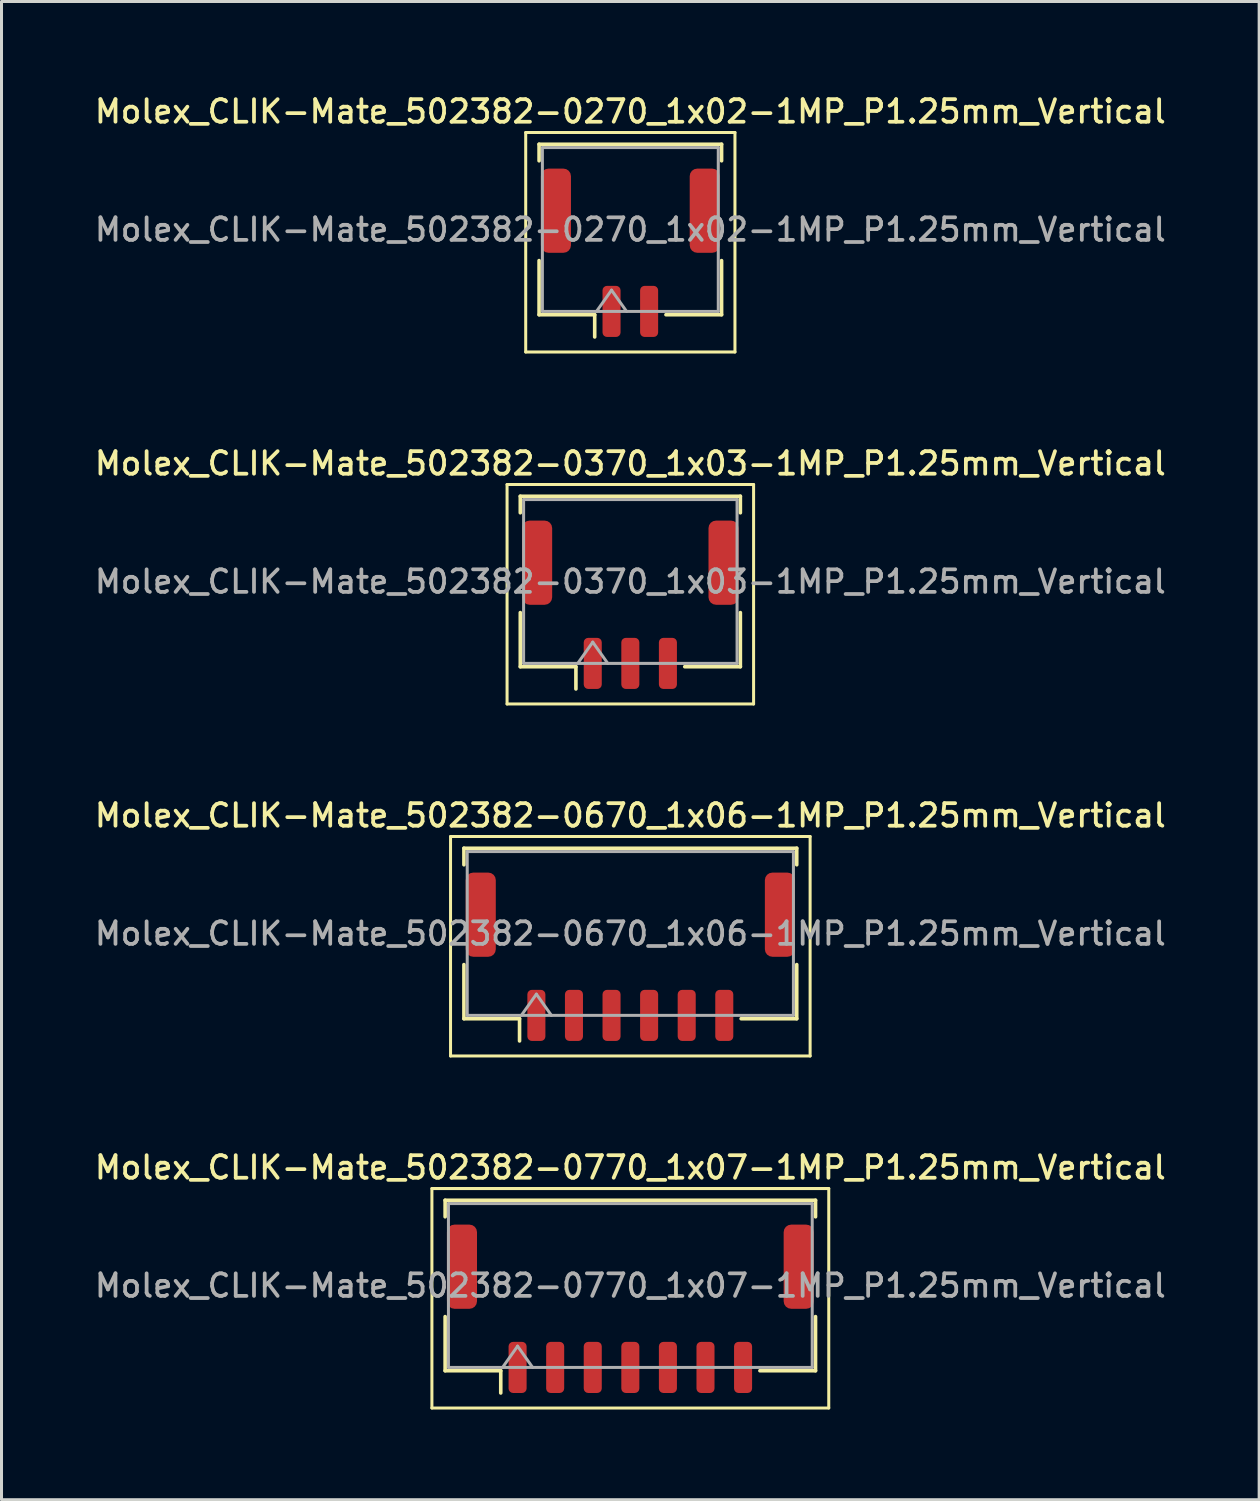
<source format=kicad_pcb>
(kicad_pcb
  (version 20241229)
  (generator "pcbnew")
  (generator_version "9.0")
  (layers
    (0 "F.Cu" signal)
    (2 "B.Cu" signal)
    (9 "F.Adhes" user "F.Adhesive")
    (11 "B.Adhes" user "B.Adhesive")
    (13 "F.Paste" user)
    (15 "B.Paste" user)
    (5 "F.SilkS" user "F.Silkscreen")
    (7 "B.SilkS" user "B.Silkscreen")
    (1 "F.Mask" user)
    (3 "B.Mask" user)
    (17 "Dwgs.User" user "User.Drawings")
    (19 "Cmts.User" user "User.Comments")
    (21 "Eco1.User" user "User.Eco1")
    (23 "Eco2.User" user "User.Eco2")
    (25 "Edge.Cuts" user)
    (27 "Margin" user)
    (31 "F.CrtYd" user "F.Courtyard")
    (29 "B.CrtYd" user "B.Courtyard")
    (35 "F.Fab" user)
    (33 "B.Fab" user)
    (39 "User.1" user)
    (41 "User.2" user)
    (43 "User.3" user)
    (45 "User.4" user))
  (footprint "Molex_CLIK-Mate_502382-0670_1x06-1MP_P1.25mm_Vertical"
    (layer "F.Cu")
    (at 17.916 28.774)
    (property "Reference" "Molex_CLIK-Mate_502382-0670_1x06-1MP_P1.25mm_Vertical" (at 0 -4.7 0) (layer "F.SilkS") (effects (font (size 0.75 0.75) (thickness 0.125))))
    (attr smd)
    (fp_line (start -5.98 -4) (end -5.98 3.3) (stroke (width 0.1) (type solid)) (layer "F.SilkS"))
    (fp_line (start -5.98 3.3) (end 5.98 3.3) (stroke (width 0.1) (type solid)) (layer "F.SilkS"))
    (fp_line (start -5.535 -3.61) (end 5.535 -3.61) (stroke (width 0.12) (type solid)) (layer "F.SilkS"))
    (fp_line (start -5.535 -3.06) (end -5.535 -3.61) (stroke (width 0.12) (type solid)) (layer "F.SilkS"))
    (fp_line (start -5.535 0.26) (end -5.535 2.06) (stroke (width 0.12) (type solid)) (layer "F.SilkS"))
    (fp_line (start -5.535 2.06) (end -3.685 2.06) (stroke (width 0.12) (type solid)) (layer "F.SilkS"))
    (fp_line (start -3.685 2.06) (end -3.685 2.8) (stroke (width 0.12) (type solid)) (layer "F.SilkS"))
    (fp_line (start 5.535 -3.61) (end 5.535 -3.06) (stroke (width 0.12) (type solid)) (layer "F.SilkS"))
    (fp_line (start 5.535 0.26) (end 5.535 2.06) (stroke (width 0.12) (type solid)) (layer "F.SilkS"))
    (fp_line (start 5.535 2.06) (end 3.685 2.06) (stroke (width 0.12) (type solid)) (layer "F.SilkS"))
    (fp_line (start 5.98 -4) (end -5.98 -4) (stroke (width 0.1) (type solid)) (layer "F.SilkS"))
    (fp_line (start 5.98 3.3) (end 5.98 -4) (stroke (width 0.1) (type solid)) (layer "F.SilkS"))
    (fp_line (start -5.425 -3.5) (end 5.425 -3.5) (stroke (width 0.1) (type solid)) (layer "F.Fab"))
    (fp_line (start -5.425 1.95) (end -5.425 -3.5) (stroke (width 0.1) (type solid)) (layer "F.Fab"))
    (fp_line (start -5.425 1.95) (end 5.425 1.95) (stroke (width 0.1) (type solid)) (layer "F.Fab"))
    (fp_line (start -3.625 1.95) (end -3.125 1.243) (stroke (width 0.1) (type solid)) (layer "F.Fab"))
    (fp_line (start -3.125 1.243) (end -2.625 1.95) (stroke (width 0.1) (type solid)) (layer "F.Fab"))
    (fp_line (start 5.425 1.95) (end 5.425 -3.5) (stroke (width 0.1) (type solid)) (layer "F.Fab"))
    (fp_text user "${REFERENCE}" (at 0 -0.77 0) (layer "F.Fab") (effects (font (size 0.75 0.75) (thickness 0.125))))
    (pad "1" smd roundrect (at -3.125 1.95) (size 0.6 1.7) (layers "F.Cu" "F.Mask" "F.Paste") (roundrect_rratio 0.25))
    (pad "2" smd roundrect (at -1.875 1.95) (size 0.6 1.7) (layers "F.Cu" "F.Mask" "F.Paste") (roundrect_rratio 0.25))
    (pad "3" smd roundrect (at -0.625 1.95) (size 0.6 1.7) (layers "F.Cu" "F.Mask" "F.Paste") (roundrect_rratio 0.25))
    (pad "4" smd roundrect (at 0.625 1.95) (size 0.6 1.7) (layers "F.Cu" "F.Mask" "F.Paste") (roundrect_rratio 0.25))
    (pad "5" smd roundrect (at 1.875 1.95) (size 0.6 1.7) (layers "F.Cu" "F.Mask" "F.Paste") (roundrect_rratio 0.25))
    (pad "6" smd roundrect (at 3.125 1.95) (size 0.6 1.7) (layers "F.Cu" "F.Mask" "F.Paste") (roundrect_rratio 0.25))
    (pad "MP" smd roundrect (at -4.975 -1.4) (size 1 2.8) (layers "F.Cu" "F.Mask" "F.Paste") (roundrect_rratio 0.25))
    (pad "MP" smd roundrect (at 4.975 -1.4) (size 1 2.8) (layers "F.Cu" "F.Mask" "F.Paste") (roundrect_rratio 0.25)))
  (footprint "Molex_CLIK-Mate_502382-0370_1x03-1MP_P1.25mm_Vertical"
    (layer "F.Cu")
    (at 17.916 17.066)
    (property "Reference" "Molex_CLIK-Mate_502382-0370_1x03-1MP_P1.25mm_Vertical" (at 0 -4.7 0) (layer "F.SilkS") (effects (font (size 0.75 0.75) (thickness 0.125))))
    (attr smd)
    (fp_line (start -4.1 -4) (end -4.1 3.3) (stroke (width 0.1) (type solid)) (layer "F.SilkS"))
    (fp_line (start -4.1 3.3) (end 4.1 3.3) (stroke (width 0.1) (type solid)) (layer "F.SilkS"))
    (fp_line (start -3.66 -3.61) (end 3.66 -3.61) (stroke (width 0.12) (type solid)) (layer "F.SilkS"))
    (fp_line (start -3.66 -3.06) (end -3.66 -3.61) (stroke (width 0.12) (type solid)) (layer "F.SilkS"))
    (fp_line (start -3.66 0.26) (end -3.66 2.06) (stroke (width 0.12) (type solid)) (layer "F.SilkS"))
    (fp_line (start -3.66 2.06) (end -1.81 2.06) (stroke (width 0.12) (type solid)) (layer "F.SilkS"))
    (fp_line (start -1.81 2.06) (end -1.81 2.8) (stroke (width 0.12) (type solid)) (layer "F.SilkS"))
    (fp_line (start 3.66 -3.61) (end 3.66 -3.06) (stroke (width 0.12) (type solid)) (layer "F.SilkS"))
    (fp_line (start 3.66 0.26) (end 3.66 2.06) (stroke (width 0.12) (type solid)) (layer "F.SilkS"))
    (fp_line (start 3.66 2.06) (end 1.81 2.06) (stroke (width 0.12) (type solid)) (layer "F.SilkS"))
    (fp_line (start 4.1 -4) (end -4.1 -4) (stroke (width 0.1) (type solid)) (layer "F.SilkS"))
    (fp_line (start 4.1 3.3) (end 4.1 -4) (stroke (width 0.1) (type solid)) (layer "F.SilkS"))
    (fp_line (start -3.55 -3.5) (end 3.55 -3.5) (stroke (width 0.1) (type solid)) (layer "F.Fab"))
    (fp_line (start -3.55 1.95) (end -3.55 -3.5) (stroke (width 0.1) (type solid)) (layer "F.Fab"))
    (fp_line (start -3.55 1.95) (end 3.55 1.95) (stroke (width 0.1) (type solid)) (layer "F.Fab"))
    (fp_line (start -1.75 1.95) (end -1.25 1.243) (stroke (width 0.1) (type solid)) (layer "F.Fab"))
    (fp_line (start -1.25 1.243) (end -0.75 1.95) (stroke (width 0.1) (type solid)) (layer "F.Fab"))
    (fp_line (start 3.55 1.95) (end 3.55 -3.5) (stroke (width 0.1) (type solid)) (layer "F.Fab"))
    (fp_text user "${REFERENCE}" (at 0 -0.77 0) (layer "F.Fab") (effects (font (size 0.75 0.75) (thickness 0.125))))
    (pad "1" smd roundrect (at -1.25 1.95) (size 0.6 1.7) (layers "F.Cu" "F.Mask" "F.Paste") (roundrect_rratio 0.25))
    (pad "2" smd roundrect (at 0 1.95) (size 0.6 1.7) (layers "F.Cu" "F.Mask" "F.Paste") (roundrect_rratio 0.25))
    (pad "3" smd roundrect (at 1.25 1.95) (size 0.6 1.7) (layers "F.Cu" "F.Mask" "F.Paste") (roundrect_rratio 0.25))
    (pad "MP" smd roundrect (at -3.1 -1.4) (size 1 2.8) (layers "F.Cu" "F.Mask" "F.Paste") (roundrect_rratio 0.25))
    (pad "MP" smd roundrect (at 3.1 -1.4) (size 1 2.8) (layers "F.Cu" "F.Mask" "F.Paste") (roundrect_rratio 0.25)))
  (footprint "Molex_CLIK-Mate_502382-0270_1x02-1MP_P1.25mm_Vertical"
    (layer "F.Cu")
    (at 17.916 5.358)
    (property "Reference" "Molex_CLIK-Mate_502382-0270_1x02-1MP_P1.25mm_Vertical" (at 0 -4.7 0) (layer "F.SilkS") (effects (font (size 0.75 0.75) (thickness 0.125))))
    (attr smd)
    (fp_line (start -3.48 -4) (end -3.48 3.3) (stroke (width 0.1) (type solid)) (layer "F.SilkS"))
    (fp_line (start -3.48 3.3) (end 3.48 3.3) (stroke (width 0.1) (type solid)) (layer "F.SilkS"))
    (fp_line (start -3.035 -3.61) (end 3.035 -3.61) (stroke (width 0.12) (type solid)) (layer "F.SilkS"))
    (fp_line (start -3.035 -3.06) (end -3.035 -3.61) (stroke (width 0.12) (type solid)) (layer "F.SilkS"))
    (fp_line (start -3.035 0.26) (end -3.035 2.06) (stroke (width 0.12) (type solid)) (layer "F.SilkS"))
    (fp_line (start -3.035 2.06) (end -1.185 2.06) (stroke (width 0.12) (type solid)) (layer "F.SilkS"))
    (fp_line (start -1.185 2.06) (end -1.185 2.8) (stroke (width 0.12) (type solid)) (layer "F.SilkS"))
    (fp_line (start 3.035 -3.61) (end 3.035 -3.06) (stroke (width 0.12) (type solid)) (layer "F.SilkS"))
    (fp_line (start 3.035 0.26) (end 3.035 2.06) (stroke (width 0.12) (type solid)) (layer "F.SilkS"))
    (fp_line (start 3.035 2.06) (end 1.185 2.06) (stroke (width 0.12) (type solid)) (layer "F.SilkS"))
    (fp_line (start 3.48 -4) (end -3.48 -4) (stroke (width 0.1) (type solid)) (layer "F.SilkS"))
    (fp_line (start 3.48 3.3) (end 3.48 -4) (stroke (width 0.1) (type solid)) (layer "F.SilkS"))
    (fp_line (start -2.925 -3.5) (end 2.925 -3.5) (stroke (width 0.1) (type solid)) (layer "F.Fab"))
    (fp_line (start -2.925 1.95) (end -2.925 -3.5) (stroke (width 0.1) (type solid)) (layer "F.Fab"))
    (fp_line (start -2.925 1.95) (end 2.925 1.95) (stroke (width 0.1) (type solid)) (layer "F.Fab"))
    (fp_line (start -1.125 1.95) (end -0.625 1.243) (stroke (width 0.1) (type solid)) (layer "F.Fab"))
    (fp_line (start -0.625 1.243) (end -0.125 1.95) (stroke (width 0.1) (type solid)) (layer "F.Fab"))
    (fp_line (start 2.925 1.95) (end 2.925 -3.5) (stroke (width 0.1) (type solid)) (layer "F.Fab"))
    (fp_text user "${REFERENCE}" (at 0 -0.77 0) (layer "F.Fab") (effects (font (size 0.75 0.75) (thickness 0.125))))
    (pad "1" smd roundrect (at -0.625 1.95) (size 0.6 1.7) (layers "F.Cu" "F.Mask" "F.Paste") (roundrect_rratio 0.25))
    (pad "2" smd roundrect (at 0.625 1.95) (size 0.6 1.7) (layers "F.Cu" "F.Mask" "F.Paste") (roundrect_rratio 0.25))
    (pad "MP" smd roundrect (at -2.475 -1.4) (size 1 2.8) (layers "F.Cu" "F.Mask" "F.Paste") (roundrect_rratio 0.25))
    (pad "MP" smd roundrect (at 2.475 -1.4) (size 1 2.8) (layers "F.Cu" "F.Mask" "F.Paste") (roundrect_rratio 0.25)))
  (footprint "Molex_CLIK-Mate_502382-0770_1x07-1MP_P1.25mm_Vertical"
    (layer "F.Cu")
    (at 17.916 40.483)
    (property "Reference" "Molex_CLIK-Mate_502382-0770_1x07-1MP_P1.25mm_Vertical" (at 0 -4.7 0) (layer "F.SilkS") (effects (font (size 0.75 0.75) (thickness 0.125))))
    (attr smd)
    (fp_line (start -6.6 -4) (end -6.6 3.3) (stroke (width 0.1) (type solid)) (layer "F.SilkS"))
    (fp_line (start -6.6 3.3) (end 6.6 3.3) (stroke (width 0.1) (type solid)) (layer "F.SilkS"))
    (fp_line (start -6.16 -3.61) (end 6.16 -3.61) (stroke (width 0.12) (type solid)) (layer "F.SilkS"))
    (fp_line (start -6.16 -3.06) (end -6.16 -3.61) (stroke (width 0.12) (type solid)) (layer "F.SilkS"))
    (fp_line (start -6.16 0.26) (end -6.16 2.06) (stroke (width 0.12) (type solid)) (layer "F.SilkS"))
    (fp_line (start -6.16 2.06) (end -4.31 2.06) (stroke (width 0.12) (type solid)) (layer "F.SilkS"))
    (fp_line (start -4.31 2.06) (end -4.31 2.8) (stroke (width 0.12) (type solid)) (layer "F.SilkS"))
    (fp_line (start 6.16 -3.61) (end 6.16 -3.06) (stroke (width 0.12) (type solid)) (layer "F.SilkS"))
    (fp_line (start 6.16 0.26) (end 6.16 2.06) (stroke (width 0.12) (type solid)) (layer "F.SilkS"))
    (fp_line (start 6.16 2.06) (end 4.31 2.06) (stroke (width 0.12) (type solid)) (layer "F.SilkS"))
    (fp_line (start 6.6 -4) (end -6.6 -4) (stroke (width 0.1) (type solid)) (layer "F.SilkS"))
    (fp_line (start 6.6 3.3) (end 6.6 -4) (stroke (width 0.1) (type solid)) (layer "F.SilkS"))
    (fp_line (start -6.05 -3.5) (end 6.05 -3.5) (stroke (width 0.1) (type solid)) (layer "F.Fab"))
    (fp_line (start -6.05 1.95) (end -6.05 -3.5) (stroke (width 0.1) (type solid)) (layer "F.Fab"))
    (fp_line (start -6.05 1.95) (end 6.05 1.95) (stroke (width 0.1) (type solid)) (layer "F.Fab"))
    (fp_line (start -4.25 1.95) (end -3.75 1.243) (stroke (width 0.1) (type solid)) (layer "F.Fab"))
    (fp_line (start -3.75 1.243) (end -3.25 1.95) (stroke (width 0.1) (type solid)) (layer "F.Fab"))
    (fp_line (start 6.05 1.95) (end 6.05 -3.5) (stroke (width 0.1) (type solid)) (layer "F.Fab"))
    (fp_text user "${REFERENCE}" (at 0 -0.77 0) (layer "F.Fab") (effects (font (size 0.75 0.75) (thickness 0.125))))
    (pad "1" smd roundrect (at -3.75 1.95) (size 0.6 1.7) (layers "F.Cu" "F.Mask" "F.Paste") (roundrect_rratio 0.25))
    (pad "2" smd roundrect (at -2.5 1.95) (size 0.6 1.7) (layers "F.Cu" "F.Mask" "F.Paste") (roundrect_rratio 0.25))
    (pad "3" smd roundrect (at -1.25 1.95) (size 0.6 1.7) (layers "F.Cu" "F.Mask" "F.Paste") (roundrect_rratio 0.25))
    (pad "4" smd roundrect (at 0 1.95) (size 0.6 1.7) (layers "F.Cu" "F.Mask" "F.Paste") (roundrect_rratio 0.25))
    (pad "5" smd roundrect (at 1.25 1.95) (size 0.6 1.7) (layers "F.Cu" "F.Mask" "F.Paste") (roundrect_rratio 0.25))
    (pad "6" smd roundrect (at 2.5 1.95) (size 0.6 1.7) (layers "F.Cu" "F.Mask" "F.Paste") (roundrect_rratio 0.25))
    (pad "7" smd roundrect (at 3.75 1.95) (size 0.6 1.7) (layers "F.Cu" "F.Mask" "F.Paste") (roundrect_rratio 0.25))
    (pad "MP" smd roundrect (at -5.6 -1.4) (size 1 2.8) (layers "F.Cu" "F.Mask" "F.Paste") (roundrect_rratio 0.25))
    (pad "MP" smd roundrect (at 5.6 -1.4) (size 1 2.8) (layers "F.Cu" "F.Mask" "F.Paste") (roundrect_rratio 0.25)))
  (gr_rect
    (start -3 -3)
    (end 38.832 46.833)
    (stroke (width 0.1) (type default))
    (fill no)
    (layer "Edge.Cuts")))
</source>
